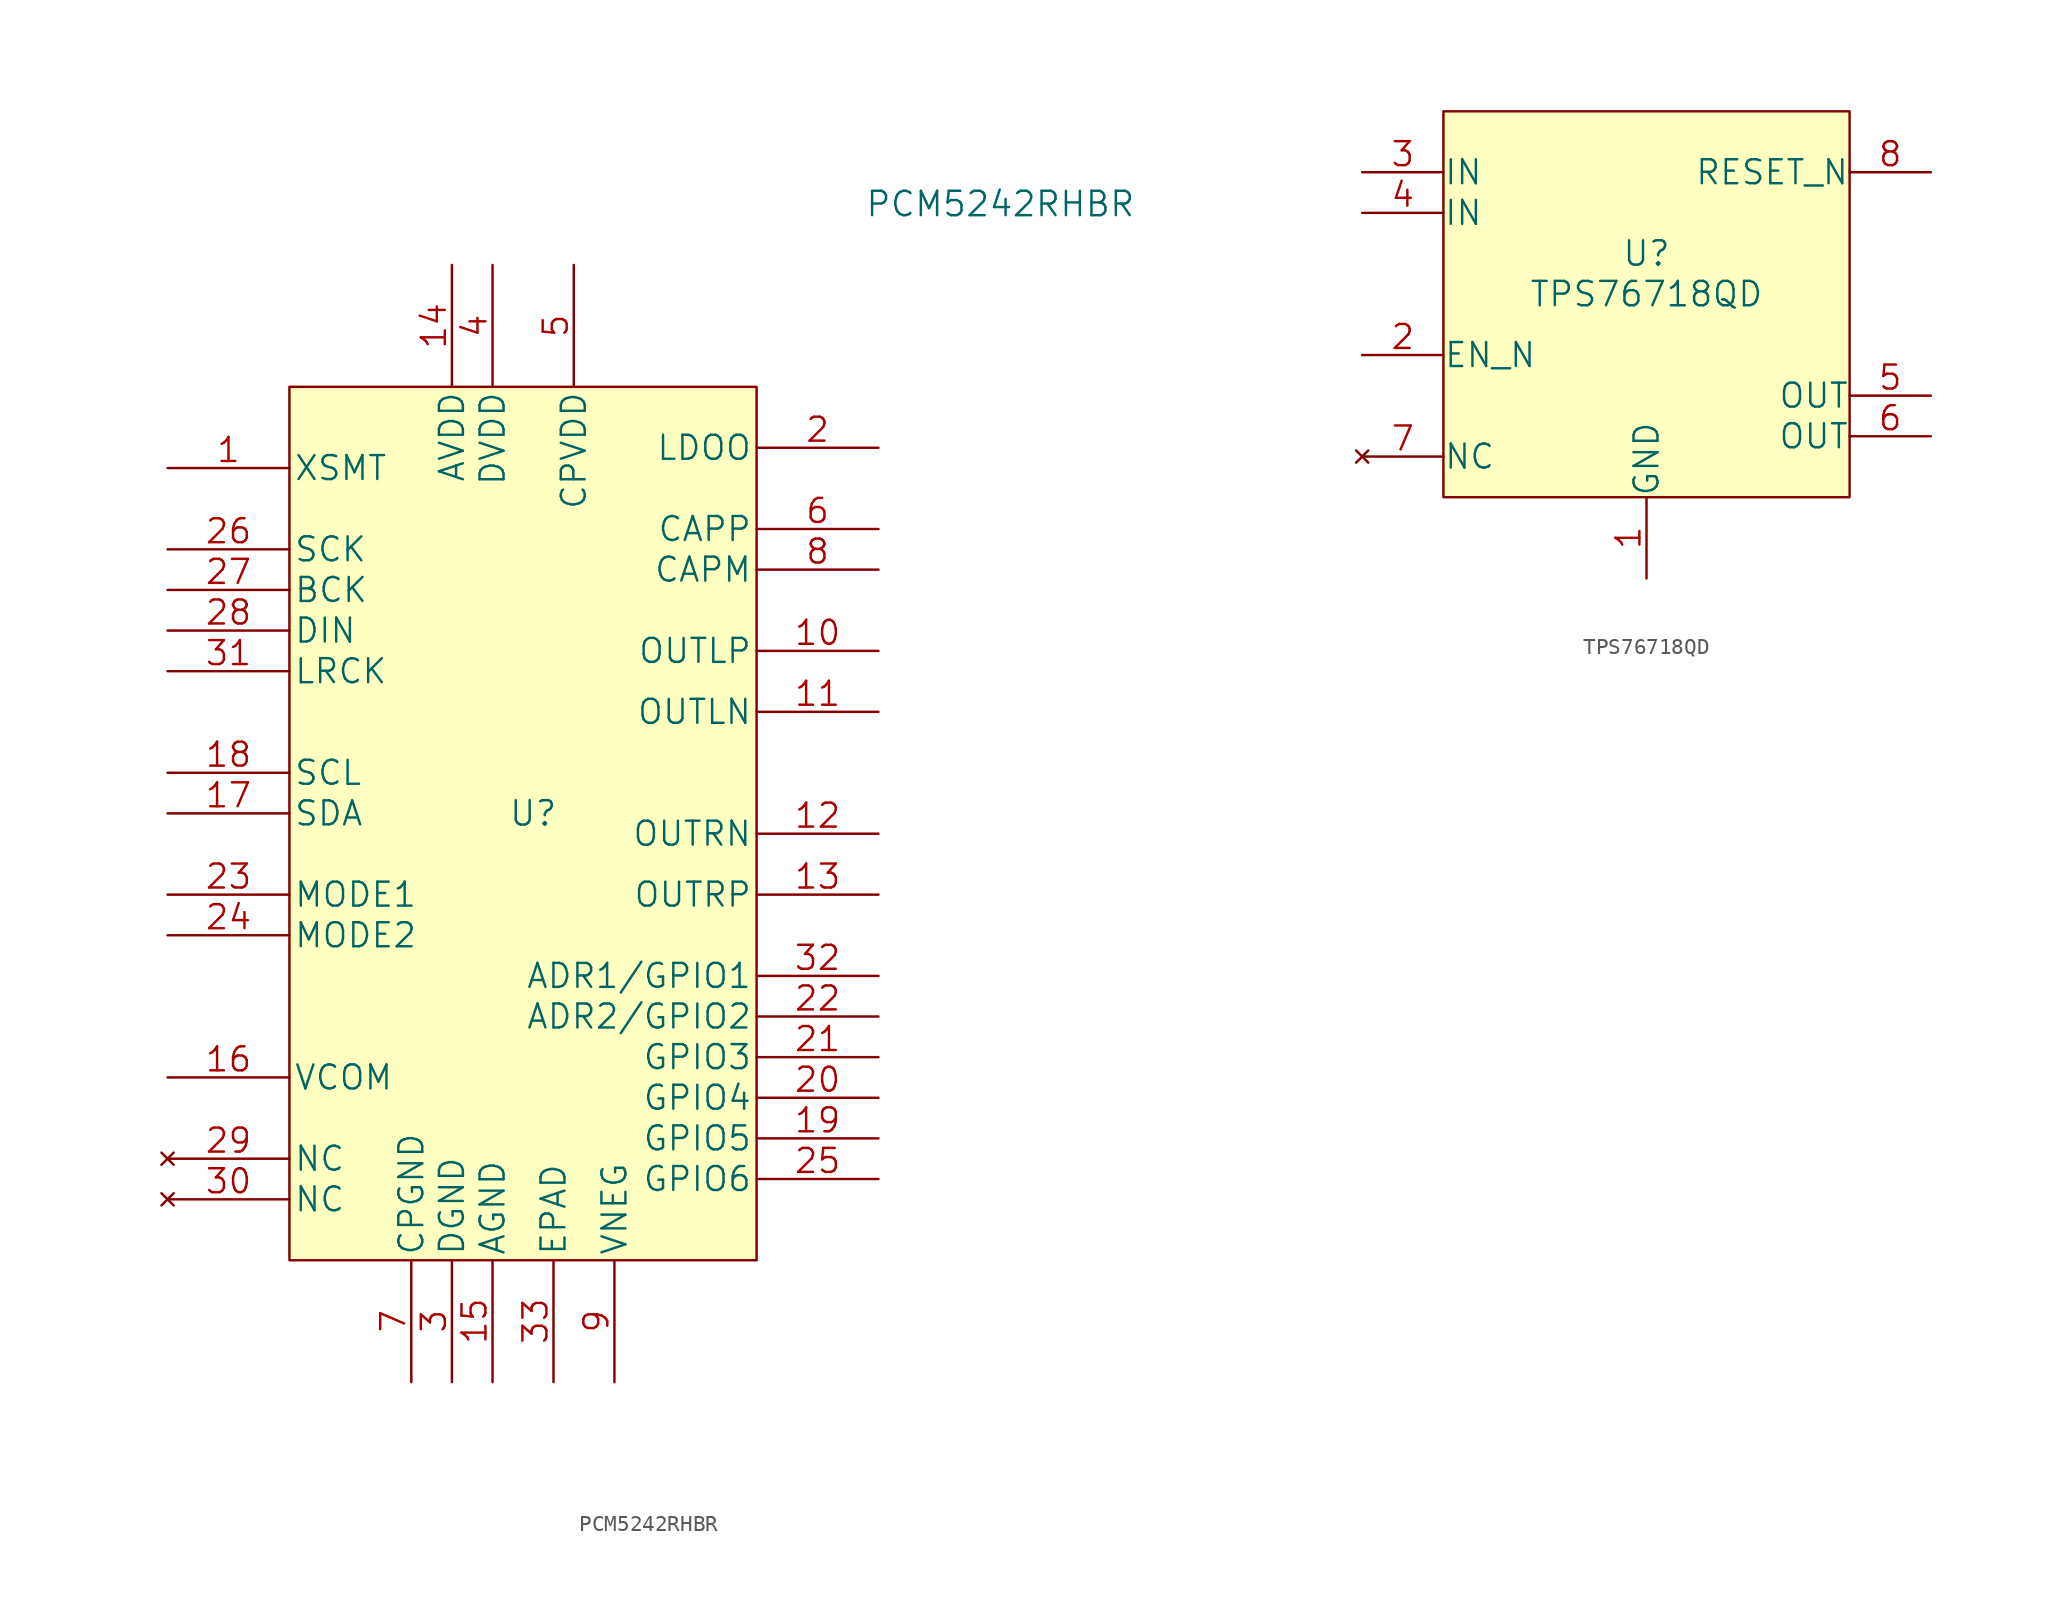
<source format=kicad_sym>
(kicad_symbol_lib
  (version 20211014)
  (generator kicad_symbol_editor)
  (symbol "PCM5242RHBR"
    (pin_names
      (offset 0.254))
    (property "Reference" "U"
      (at 0 0 0)
      (effects (font (size 1.524 1.524))))
    (property "Value" "PCM5242RHBR"
      (at 29.21 38.1 0)
      (effects (font (size 1.524 1.524))))
    (symbol "PCM5242RHBR_0_1"
      (rectangle (start -15.24 26.67) (end 13.97 -27.94) (stroke (width 0) (type default) (color 0 0 0 0)) (fill (type background))))
    (symbol "PCM5242RHBR_1_1"
      (pin input line (at -22.86 21.59 0) (length 7.62) (name "XSMT" (effects (font (size 1.499 1.499)))) (number "1" (effects (font (size 1.499 1.499)))))
      (pin output line (at 21.59 10.16 180) (length 7.62) (name "OUTLP" (effects (font (size 1.499 1.499)))) (number "10" (effects (font (size 1.499 1.499)))))
      (pin output line (at 21.59 6.35 180) (length 7.62) (name "OUTLN" (effects (font (size 1.499 1.499)))) (number "11" (effects (font (size 1.499 1.499)))))
      (pin output line (at 21.59 -1.27 180) (length 7.62) (name "OUTRN" (effects (font (size 1.499 1.499)))) (number "12" (effects (font (size 1.499 1.499)))))
      (pin output line (at 21.59 -5.08 180) (length 7.62) (name "OUTRP" (effects (font (size 1.499 1.499)))) (number "13" (effects (font (size 1.499 1.499)))))
      (pin power_in line (at -5.08 34.29 270) (length 7.62) (name "AVDD" (effects (font (size 1.499 1.499)))) (number "14" (effects (font (size 1.499 1.499)))))
      (pin power_in line (at -2.54 -35.56 90) (length 7.62) (name "AGND" (effects (font (size 1.499 1.499)))) (number "15" (effects (font (size 1.499 1.499)))))
      (pin bidirectional line (at -22.86 -16.51 0) (length 7.62) (name "VCOM" (effects (font (size 1.499 1.499)))) (number "16" (effects (font (size 1.499 1.499)))))
      (pin bidirectional line (at -22.86 0 0) (length 7.62) (name "SDA" (effects (font (size 1.499 1.499)))) (number "17" (effects (font (size 1.499 1.499)))))
      (pin input line (at -22.86 2.54 0) (length 7.62) (name "SCL" (effects (font (size 1.499 1.499)))) (number "18" (effects (font (size 1.499 1.499)))))
      (pin bidirectional line (at 21.59 -20.32 180) (length 7.62) (name "GPIO5" (effects (font (size 1.499 1.499)))) (number "19" (effects (font (size 1.499 1.499)))))
      (pin output line (at 21.59 22.86 180) (length 7.62) (name "LDOO" (effects (font (size 1.499 1.499)))) (number "2" (effects (font (size 1.499 1.499)))))
      (pin bidirectional line (at 21.59 -17.78 180) (length 7.62) (name "GPIO4" (effects (font (size 1.499 1.499)))) (number "20" (effects (font (size 1.499 1.499)))))
      (pin bidirectional line (at 21.59 -15.24 180) (length 7.62) (name "GPIO3" (effects (font (size 1.499 1.499)))) (number "21" (effects (font (size 1.499 1.499)))))
      (pin bidirectional line (at 21.59 -12.7 180) (length 7.62) (name "ADR2/GPIO2" (effects (font (size 1.499 1.499)))) (number "22" (effects (font (size 1.499 1.499)))))
      (pin input line (at -22.86 -5.08 0) (length 7.62) (name "MODE1" (effects (font (size 1.499 1.499)))) (number "23" (effects (font (size 1.499 1.499)))))
      (pin input line (at -22.86 -7.62 0) (length 7.62) (name "MODE2" (effects (font (size 1.499 1.499)))) (number "24" (effects (font (size 1.499 1.499)))))
      (pin bidirectional line (at 21.59 -22.86 180) (length 7.62) (name "GPIO6" (effects (font (size 1.499 1.499)))) (number "25" (effects (font (size 1.499 1.499)))))
      (pin input line (at -22.86 16.51 0) (length 7.62) (name "SCK" (effects (font (size 1.499 1.499)))) (number "26" (effects (font (size 1.499 1.499)))))
      (pin bidirectional line (at -22.86 13.97 0) (length 7.62) (name "BCK" (effects (font (size 1.499 1.499)))) (number "27" (effects (font (size 1.499 1.499)))))
      (pin input line (at -22.86 11.43 0) (length 7.62) (name "DIN" (effects (font (size 1.499 1.499)))) (number "28" (effects (font (size 1.499 1.499)))))
      (pin no_connect line (at -22.86 -21.59 0) (length 7.62) (name "NC" (effects (font (size 1.499 1.499)))) (number "29" (effects (font (size 1.499 1.499)))))
      (pin power_in line (at -5.08 -35.56 90) (length 7.62) (name "DGND" (effects (font (size 1.499 1.499)))) (number "3" (effects (font (size 1.499 1.499)))))
      (pin no_connect line (at -22.86 -24.13 0) (length 7.62) (name "NC" (effects (font (size 1.499 1.499)))) (number "30" (effects (font (size 1.499 1.499)))))
      (pin bidirectional line (at -22.86 8.89 0) (length 7.62) (name "LRCK" (effects (font (size 1.499 1.499)))) (number "31" (effects (font (size 1.499 1.499)))))
      (pin bidirectional line (at 21.59 -10.16 180) (length 7.62) (name "ADR1/GPIO1" (effects (font (size 1.499 1.499)))) (number "32" (effects (font (size 1.499 1.499)))))
      (pin unspecified line (at 1.27 -35.56 90) (length 7.62) (name "EPAD" (effects (font (size 1.499 1.499)))) (number "33" (effects (font (size 1.499 1.499)))))
      (pin power_in line (at -2.54 34.29 270) (length 7.62) (name "DVDD" (effects (font (size 1.499 1.499)))) (number "4" (effects (font (size 1.499 1.499)))))
      (pin power_in line (at 2.54 34.29 270) (length 7.62) (name "CPVDD" (effects (font (size 1.499 1.499)))) (number "5" (effects (font (size 1.499 1.499)))))
      (pin output line (at 21.59 17.78 180) (length 7.62) (name "CAPP" (effects (font (size 1.499 1.499)))) (number "6" (effects (font (size 1.499 1.499)))))
      (pin power_in line (at -7.62 -35.56 90) (length 7.62) (name "CPGND" (effects (font (size 1.499 1.499)))) (number "7" (effects (font (size 1.499 1.499)))))
      (pin output line (at 21.59 15.24 180) (length 7.62) (name "CAPM" (effects (font (size 1.499 1.499)))) (number "8" (effects (font (size 1.499 1.499)))))
      (pin output line (at 5.08 -35.56 90) (length 7.62) (name "VNEG" (effects (font (size 1.499 1.499)))) (number "9" (effects (font (size 1.499 1.499)))))))
  (symbol "TPS76718QD"
    (pin_names
      (offset 0.002))
    (property "Reference" "U"
      (at 0 2.54 0)
      (effects (font (size 1.524 1.524))))
    (property "Value" "TPS76718QD"
      (at 0 0 0)
      (effects (font (size 1.524 1.524))))
    (symbol "TPS76718QD_1_1"
      (rectangle (start -12.7 11.43) (end 12.7 -12.7) (stroke (width 0) (type default) (color 0 0 0 0)) (fill (type background)))
      (pin power_in line (at 0 -17.78 90) (length 5.08) (name "GND" (effects (font (size 1.499 1.499)))) (number "1" (effects (font (size 1.499 1.499)))))
      (pin input line (at -17.78 -3.81 0) (length 5.08) (name "EN_N" (effects (font (size 1.499 1.499)))) (number "2" (effects (font (size 1.499 1.499)))))
      (pin power_in line (at -17.78 7.62 0) (length 5.08) (name "IN" (effects (font (size 1.499 1.499)))) (number "3" (effects (font (size 1.499 1.499)))))
      (pin power_in line (at -17.78 5.08 0) (length 5.08) (name "IN" (effects (font (size 1.499 1.499)))) (number "4" (effects (font (size 1.499 1.499)))))
      (pin power_out line (at 17.78 -6.35 180) (length 5.08) (name "OUT" (effects (font (size 1.499 1.499)))) (number "5" (effects (font (size 1.499 1.499)))))
      (pin power_out line (at 17.78 -8.89 180) (length 5.08) (name "OUT" (effects (font (size 1.499 1.499)))) (number "6" (effects (font (size 1.499 1.499)))))
      (pin no_connect line (at -17.78 -10.16 0) (length 5.08) (name "NC" (effects (font (size 1.499 1.499)))) (number "7" (effects (font (size 1.499 1.499)))))
      (pin tri_state line (at 17.78 7.62 180) (length 5.08) (name "RESET_N" (effects (font (size 1.499 1.499)))) (number "8" (effects (font (size 1.499 1.499))))))))
</source>
